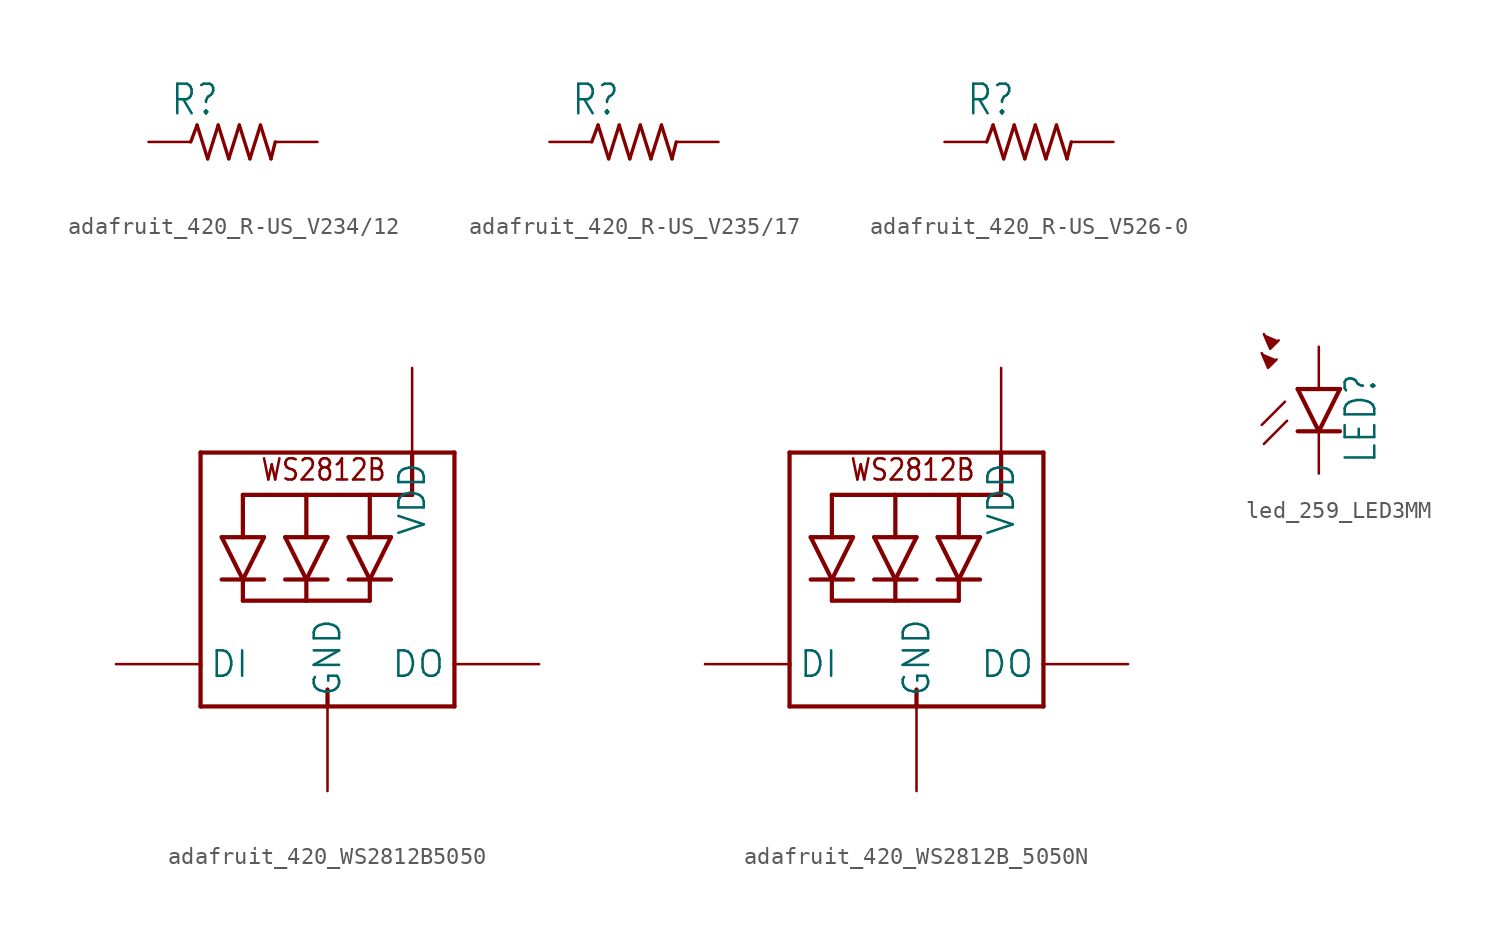
<source format=kicad_sym>
(kicad_symbol_lib
  (version 20241209)
  (generator "kicad_symbol_editor")
  (generator_version "9.0")
  (symbol "adafruit_420_R-US_V234/12"
    (property "Reference" "R"
      (at -3.81 1.499 0)
      (effects (font (size 1.778 1.511)) (justify left bottom)))
    (property "Value" ""
      (at -3.81 -3.302 0)
      (effects (font (size 1.778 1.511)) (justify left bottom)))
    (property "ki_locked" ""
      (at 0 0 0)
      (effects (font (size 1.27 1.27))))
    (symbol "adafruit_420_R-US_V234/12_1_0"
      (polyline (pts (xy -2.54 0) (xy -2.159 1.016)) (stroke (width 0.203) (type solid)) (fill (type none)))
      (polyline (pts (xy -2.159 1.016) (xy -1.524 -1.016)) (stroke (width 0.203) (type solid)) (fill (type none)))
      (polyline (pts (xy -1.524 -1.016) (xy -0.889 1.016)) (stroke (width 0.203) (type solid)) (fill (type none)))
      (polyline (pts (xy -0.889 1.016) (xy -0.254 -1.016)) (stroke (width 0.203) (type solid)) (fill (type none)))
      (polyline (pts (xy -0.254 -1.016) (xy 0.381 1.016)) (stroke (width 0.203) (type solid)) (fill (type none)))
      (polyline (pts (xy 0.381 1.016) (xy 1.016 -1.016)) (stroke (width 0.203) (type solid)) (fill (type none)))
      (polyline (pts (xy 1.016 -1.016) (xy 1.651 1.016)) (stroke (width 0.203) (type solid)) (fill (type none)))
      (polyline (pts (xy 1.651 1.016) (xy 2.286 -1.016)) (stroke (width 0.203) (type solid)) (fill (type none)))
      (polyline (pts (xy 2.286 -1.016) (xy 2.54 0)) (stroke (width 0.203) (type solid)) (fill (type none)))
      (pin passive line (at -5.08 0 0) (length 2.54) (name "1" (effects (font (size 0 0)))) (number "1" (effects (font (size 0 0)))))
      (pin passive line (at 5.08 0 180) (length 2.54) (name "2" (effects (font (size 0 0)))) (number "2" (effects (font (size 0 0)))))))
  (symbol "adafruit_420_R-US_V235/17"
    (property "Reference" "R"
      (at -3.81 1.499 0)
      (effects (font (size 1.778 1.511)) (justify left bottom)))
    (property "Value" ""
      (at -3.81 -3.302 0)
      (effects (font (size 1.778 1.511)) (justify left bottom)))
    (property "ki_locked" ""
      (at 0 0 0)
      (effects (font (size 1.27 1.27))))
    (symbol "adafruit_420_R-US_V235/17_1_0"
      (polyline (pts (xy -2.54 0) (xy -2.159 1.016)) (stroke (width 0.203) (type solid)) (fill (type none)))
      (polyline (pts (xy -2.159 1.016) (xy -1.524 -1.016)) (stroke (width 0.203) (type solid)) (fill (type none)))
      (polyline (pts (xy -1.524 -1.016) (xy -0.889 1.016)) (stroke (width 0.203) (type solid)) (fill (type none)))
      (polyline (pts (xy -0.889 1.016) (xy -0.254 -1.016)) (stroke (width 0.203) (type solid)) (fill (type none)))
      (polyline (pts (xy -0.254 -1.016) (xy 0.381 1.016)) (stroke (width 0.203) (type solid)) (fill (type none)))
      (polyline (pts (xy 0.381 1.016) (xy 1.016 -1.016)) (stroke (width 0.203) (type solid)) (fill (type none)))
      (polyline (pts (xy 1.016 -1.016) (xy 1.651 1.016)) (stroke (width 0.203) (type solid)) (fill (type none)))
      (polyline (pts (xy 1.651 1.016) (xy 2.286 -1.016)) (stroke (width 0.203) (type solid)) (fill (type none)))
      (polyline (pts (xy 2.286 -1.016) (xy 2.54 0)) (stroke (width 0.203) (type solid)) (fill (type none)))
      (pin passive line (at -5.08 0 0) (length 2.54) (name "1" (effects (font (size 0 0)))) (number "1" (effects (font (size 0 0)))))
      (pin passive line (at 5.08 0 180) (length 2.54) (name "2" (effects (font (size 0 0)))) (number "2" (effects (font (size 0 0)))))))
  (symbol "adafruit_420_R-US_V526-0"
    (property "Reference" "R"
      (at -3.81 1.499 0)
      (effects (font (size 1.778 1.511)) (justify left bottom)))
    (property "Value" ""
      (at -3.81 -3.302 0)
      (effects (font (size 1.778 1.511)) (justify left bottom)))
    (property "ki_locked" ""
      (at 0 0 0)
      (effects (font (size 1.27 1.27))))
    (symbol "adafruit_420_R-US_V526-0_1_0"
      (polyline (pts (xy -2.54 0) (xy -2.159 1.016)) (stroke (width 0.203) (type solid)) (fill (type none)))
      (polyline (pts (xy -2.159 1.016) (xy -1.524 -1.016)) (stroke (width 0.203) (type solid)) (fill (type none)))
      (polyline (pts (xy -1.524 -1.016) (xy -0.889 1.016)) (stroke (width 0.203) (type solid)) (fill (type none)))
      (polyline (pts (xy -0.889 1.016) (xy -0.254 -1.016)) (stroke (width 0.203) (type solid)) (fill (type none)))
      (polyline (pts (xy -0.254 -1.016) (xy 0.381 1.016)) (stroke (width 0.203) (type solid)) (fill (type none)))
      (polyline (pts (xy 0.381 1.016) (xy 1.016 -1.016)) (stroke (width 0.203) (type solid)) (fill (type none)))
      (polyline (pts (xy 1.016 -1.016) (xy 1.651 1.016)) (stroke (width 0.203) (type solid)) (fill (type none)))
      (polyline (pts (xy 1.651 1.016) (xy 2.286 -1.016)) (stroke (width 0.203) (type solid)) (fill (type none)))
      (polyline (pts (xy 2.286 -1.016) (xy 2.54 0)) (stroke (width 0.203) (type solid)) (fill (type none)))
      (pin passive line (at -5.08 0 0) (length 2.54) (name "1" (effects (font (size 0 0)))) (number "1" (effects (font (size 0 0)))))
      (pin passive line (at 5.08 0 180) (length 2.54) (name "2" (effects (font (size 0 0)))) (number "2" (effects (font (size 0 0)))))))
  (symbol "adafruit_420_WS2812B5050"
    (property "Reference" "LED"
      (at 0 0 0)
      (effects (font (size 1.27 1.27)) (hide yes)))
    (property "ki_locked" ""
      (at 0 0 0)
      (effects (font (size 1.27 1.27))))
    (symbol "adafruit_420_WS2812B5050_1_0"
      (polyline (pts (xy -7.62 10.16) (xy -7.62 -2.54)) (stroke (width 0.254) (type solid)) (fill (type none)))
      (polyline (pts (xy -7.62 -2.54) (xy -7.62 -5.08)) (stroke (width 0.254) (type solid)) (fill (type none)))
      (polyline (pts (xy -7.62 -5.08) (xy 0 -5.08)) (stroke (width 0.254) (type solid)) (fill (type none)))
      (polyline (pts (xy -6.35 5.08) (xy -5.08 5.08)) (stroke (width 0.254) (type solid)) (fill (type none)))
      (polyline (pts (xy -6.35 2.54) (xy -5.08 2.54)) (stroke (width 0.254) (type solid)) (fill (type none)))
      (polyline (pts (xy -5.08 7.62) (xy -5.08 5.08)) (stroke (width 0.254) (type solid)) (fill (type none)))
      (polyline (pts (xy -5.08 5.08) (xy -3.81 5.08)) (stroke (width 0.254) (type solid)) (fill (type none)))
      (polyline (pts (xy -5.08 2.54) (xy -6.35 5.08)) (stroke (width 0.254) (type solid)) (fill (type none)))
      (polyline (pts (xy -5.08 2.54) (xy -5.08 1.27)) (stroke (width 0.254) (type solid)) (fill (type none)))
      (polyline (pts (xy -5.08 2.54) (xy -3.81 5.08)) (stroke (width 0.254) (type solid)) (fill (type none)))
      (polyline (pts (xy -3.81 2.54) (xy -5.08 2.54)) (stroke (width 0.254) (type solid)) (fill (type none)))
      (polyline (pts (xy -2.54 5.08) (xy 0 5.08)) (stroke (width 0.254) (type solid)) (fill (type none)))
      (polyline (pts (xy -2.54 2.54) (xy -1.27 2.54)) (stroke (width 0.254) (type solid)) (fill (type none)))
      (polyline (pts (xy -1.27 7.62) (xy -5.08 7.62)) (stroke (width 0.254) (type solid)) (fill (type none)))
      (polyline (pts (xy -1.27 5.08) (xy -1.27 7.62)) (stroke (width 0.254) (type solid)) (fill (type none)))
      (polyline (pts (xy -1.27 2.54) (xy -2.54 5.08)) (stroke (width 0.254) (type solid)) (fill (type none)))
      (polyline (pts (xy -1.27 2.54) (xy -1.27 1.27)) (stroke (width 0.254) (type solid)) (fill (type none)))
      (polyline (pts (xy -1.27 2.54) (xy 0 2.54)) (stroke (width 0.254) (type solid)) (fill (type none)))
      (polyline (pts (xy -1.27 1.27) (xy -5.08 1.27)) (stroke (width 0.254) (type solid)) (fill (type none)))
      (polyline (pts (xy 0 5.08) (xy -1.27 2.54)) (stroke (width 0.254) (type solid)) (fill (type none)))
      (polyline (pts (xy 0 -4.064) (xy 0 -5.08)) (stroke (width 0.254) (type solid)) (fill (type none)))
      (polyline (pts (xy 0 -5.08) (xy 7.62 -5.08)) (stroke (width 0.254) (type solid)) (fill (type none)))
      (polyline (pts (xy 1.27 5.08) (xy 2.54 5.08)) (stroke (width 0.254) (type solid)) (fill (type none)))
      (polyline (pts (xy 1.27 5.08) (xy 2.54 2.54)) (stroke (width 0.254) (type solid)) (fill (type none)))
      (polyline (pts (xy 2.54 7.62) (xy -1.27 7.62)) (stroke (width 0.254) (type solid)) (fill (type none)))
      (polyline (pts (xy 2.54 7.62) (xy 5.08 7.62)) (stroke (width 0.254) (type solid)) (fill (type none)))
      (polyline (pts (xy 2.54 5.08) (xy 2.54 7.62)) (stroke (width 0.254) (type solid)) (fill (type none)))
      (polyline (pts (xy 2.54 2.54) (xy 1.27 2.54)) (stroke (width 0.254) (type solid)) (fill (type none)))
      (polyline (pts (xy 2.54 2.54) (xy 2.54 1.27)) (stroke (width 0.254) (type solid)) (fill (type none)))
      (polyline (pts (xy 2.54 2.54) (xy 3.81 5.08)) (stroke (width 0.254) (type solid)) (fill (type none)))
      (polyline (pts (xy 2.54 2.54) (xy 3.81 2.54)) (stroke (width 0.254) (type solid)) (fill (type none)))
      (polyline (pts (xy 2.54 1.27) (xy -1.27 1.27)) (stroke (width 0.254) (type solid)) (fill (type none)))
      (polyline (pts (xy 3.81 5.08) (xy 2.54 5.08)) (stroke (width 0.254) (type solid)) (fill (type none)))
      (polyline (pts (xy 5.08 10.16) (xy -7.62 10.16)) (stroke (width 0.254) (type solid)) (fill (type none)))
      (polyline (pts (xy 5.08 10.16) (xy 5.08 7.62)) (stroke (width 0.254) (type solid)) (fill (type none)))
      (polyline (pts (xy 7.62 10.16) (xy 5.08 10.16)) (stroke (width 0.254) (type solid)) (fill (type none)))
      (polyline (pts (xy 7.62 -2.54) (xy 7.62 10.16)) (stroke (width 0.254) (type solid)) (fill (type none)))
      (polyline (pts (xy 7.62 -5.08) (xy 7.62 -2.54)) (stroke (width 0.254) (type solid)) (fill (type none)))
      (text "WS2812B" (at -4.064 8.382 0) (effects (font (size 1.27 1.079)) (justify left bottom)))
      (pin input line (at -12.7 -2.54 0) (length 5.08) (name "DI" (effects (font (size 1.524 1.524)))) (number "4-DIN" (effects (font (size 0 0)))))
      (pin power_in line (at 0 -10.16 90) (length 5.08) (name "GND" (effects (font (size 1.524 1.524)))) (number "3-GND" (effects (font (size 0 0)))))
      (pin power_in line (at 5.08 15.24 270) (length 5.08) (name "VDD" (effects (font (size 1.524 1.524)))) (number "1-VDD" (effects (font (size 0 0)))))
      (pin output line (at 12.7 -2.54 180) (length 5.08) (name "DO" (effects (font (size 1.524 1.524)))) (number "2-DOUT" (effects (font (size 0 0)))))))
  (symbol "adafruit_420_WS2812B_5050N"
    (property "Reference" "LED"
      (at 0 0 0)
      (effects (font (size 1.27 1.27)) (hide yes)))
    (property "ki_locked" ""
      (at 0 0 0)
      (effects (font (size 1.27 1.27))))
    (symbol "adafruit_420_WS2812B_5050N_1_0"
      (polyline (pts (xy -7.62 10.16) (xy -7.62 -2.54)) (stroke (width 0.254) (type solid)) (fill (type none)))
      (polyline (pts (xy -7.62 -2.54) (xy -7.62 -5.08)) (stroke (width 0.254) (type solid)) (fill (type none)))
      (polyline (pts (xy -7.62 -5.08) (xy 0 -5.08)) (stroke (width 0.254) (type solid)) (fill (type none)))
      (polyline (pts (xy -6.35 5.08) (xy -5.08 5.08)) (stroke (width 0.254) (type solid)) (fill (type none)))
      (polyline (pts (xy -6.35 2.54) (xy -5.08 2.54)) (stroke (width 0.254) (type solid)) (fill (type none)))
      (polyline (pts (xy -5.08 7.62) (xy -5.08 5.08)) (stroke (width 0.254) (type solid)) (fill (type none)))
      (polyline (pts (xy -5.08 5.08) (xy -3.81 5.08)) (stroke (width 0.254) (type solid)) (fill (type none)))
      (polyline (pts (xy -5.08 2.54) (xy -6.35 5.08)) (stroke (width 0.254) (type solid)) (fill (type none)))
      (polyline (pts (xy -5.08 2.54) (xy -5.08 1.27)) (stroke (width 0.254) (type solid)) (fill (type none)))
      (polyline (pts (xy -5.08 2.54) (xy -3.81 5.08)) (stroke (width 0.254) (type solid)) (fill (type none)))
      (polyline (pts (xy -3.81 2.54) (xy -5.08 2.54)) (stroke (width 0.254) (type solid)) (fill (type none)))
      (polyline (pts (xy -2.54 5.08) (xy 0 5.08)) (stroke (width 0.254) (type solid)) (fill (type none)))
      (polyline (pts (xy -2.54 2.54) (xy -1.27 2.54)) (stroke (width 0.254) (type solid)) (fill (type none)))
      (polyline (pts (xy -1.27 7.62) (xy -5.08 7.62)) (stroke (width 0.254) (type solid)) (fill (type none)))
      (polyline (pts (xy -1.27 5.08) (xy -1.27 7.62)) (stroke (width 0.254) (type solid)) (fill (type none)))
      (polyline (pts (xy -1.27 2.54) (xy -2.54 5.08)) (stroke (width 0.254) (type solid)) (fill (type none)))
      (polyline (pts (xy -1.27 2.54) (xy -1.27 1.27)) (stroke (width 0.254) (type solid)) (fill (type none)))
      (polyline (pts (xy -1.27 2.54) (xy 0 2.54)) (stroke (width 0.254) (type solid)) (fill (type none)))
      (polyline (pts (xy -1.27 1.27) (xy -5.08 1.27)) (stroke (width 0.254) (type solid)) (fill (type none)))
      (polyline (pts (xy 0 5.08) (xy -1.27 2.54)) (stroke (width 0.254) (type solid)) (fill (type none)))
      (polyline (pts (xy 0 -4.064) (xy 0 -5.08)) (stroke (width 0.254) (type solid)) (fill (type none)))
      (polyline (pts (xy 0 -5.08) (xy 7.62 -5.08)) (stroke (width 0.254) (type solid)) (fill (type none)))
      (polyline (pts (xy 1.27 5.08) (xy 2.54 5.08)) (stroke (width 0.254) (type solid)) (fill (type none)))
      (polyline (pts (xy 1.27 5.08) (xy 2.54 2.54)) (stroke (width 0.254) (type solid)) (fill (type none)))
      (polyline (pts (xy 2.54 7.62) (xy -1.27 7.62)) (stroke (width 0.254) (type solid)) (fill (type none)))
      (polyline (pts (xy 2.54 7.62) (xy 5.08 7.62)) (stroke (width 0.254) (type solid)) (fill (type none)))
      (polyline (pts (xy 2.54 5.08) (xy 2.54 7.62)) (stroke (width 0.254) (type solid)) (fill (type none)))
      (polyline (pts (xy 2.54 2.54) (xy 1.27 2.54)) (stroke (width 0.254) (type solid)) (fill (type none)))
      (polyline (pts (xy 2.54 2.54) (xy 2.54 1.27)) (stroke (width 0.254) (type solid)) (fill (type none)))
      (polyline (pts (xy 2.54 2.54) (xy 3.81 5.08)) (stroke (width 0.254) (type solid)) (fill (type none)))
      (polyline (pts (xy 2.54 2.54) (xy 3.81 2.54)) (stroke (width 0.254) (type solid)) (fill (type none)))
      (polyline (pts (xy 2.54 1.27) (xy -1.27 1.27)) (stroke (width 0.254) (type solid)) (fill (type none)))
      (polyline (pts (xy 3.81 5.08) (xy 2.54 5.08)) (stroke (width 0.254) (type solid)) (fill (type none)))
      (polyline (pts (xy 5.08 10.16) (xy -7.62 10.16)) (stroke (width 0.254) (type solid)) (fill (type none)))
      (polyline (pts (xy 5.08 10.16) (xy 5.08 7.62)) (stroke (width 0.254) (type solid)) (fill (type none)))
      (polyline (pts (xy 7.62 10.16) (xy 5.08 10.16)) (stroke (width 0.254) (type solid)) (fill (type none)))
      (polyline (pts (xy 7.62 -2.54) (xy 7.62 10.16)) (stroke (width 0.254) (type solid)) (fill (type none)))
      (polyline (pts (xy 7.62 -5.08) (xy 7.62 -2.54)) (stroke (width 0.254) (type solid)) (fill (type none)))
      (text "WS2812B" (at -4.064 8.382 0) (effects (font (size 1.27 1.079)) (justify left bottom)))
      (pin input line (at -12.7 -2.54 0) (length 5.08) (name "DI" (effects (font (size 1.524 1.524)))) (number "4-DIN" (effects (font (size 0 0)))))
      (pin power_in line (at 0 -10.16 90) (length 5.08) (name "GND" (effects (font (size 1.524 1.524)))) (number "3-GND" (effects (font (size 0 0)))))
      (pin power_in line (at 5.08 15.24 270) (length 5.08) (name "VDD" (effects (font (size 1.524 1.524)))) (number "1-VDD" (effects (font (size 0 0)))))
      (pin output line (at 12.7 -2.54 180) (length 5.08) (name "DO" (effects (font (size 1.524 1.524)))) (number "2-DOUT" (effects (font (size 0 0)))))))
  (symbol "led_259_LED3MM"
    (property "Reference" "LED"
      (at 3.556 -4.572 90)
      (effects (font (size 1.778 1.511)) (justify left bottom)))
    (property "Value" ""
      (at 5.715 -4.572 90)
      (effects (font (size 1.778 1.511)) (justify left bottom)))
    (property "ki_locked" ""
      (at 0 0 0)
      (effects (font (size 1.27 1.27))))
    (symbol "led_259_LED3MM_1_0"
      (polyline (pts (xy -3.429 2.159) (xy -3.048 1.27) (xy -2.54 1.778)) (stroke (width 0.152) (type solid)) (fill (type outline)))
      (polyline (pts (xy -3.302 3.302) (xy -2.921 2.413) (xy -2.413 2.921)) (stroke (width 0.152) (type solid)) (fill (type outline)))
      (polyline (pts (xy -2.032 -0.762) (xy -3.429 -2.159)) (stroke (width 0.152) (type solid)) (fill (type none)))
      (polyline (pts (xy -1.905 -1.905) (xy -3.302 -3.302)) (stroke (width 0.152) (type solid)) (fill (type none)))
      (polyline (pts (xy 0 0) (xy -1.27 0)) (stroke (width 0.254) (type solid)) (fill (type none)))
      (polyline (pts (xy 0 -2.54) (xy -1.27 0)) (stroke (width 0.254) (type solid)) (fill (type none)))
      (polyline (pts (xy 0 -2.54) (xy -1.27 -2.54)) (stroke (width 0.254) (type solid)) (fill (type none)))
      (polyline (pts (xy 1.27 0) (xy 0 0)) (stroke (width 0.254) (type solid)) (fill (type none)))
      (polyline (pts (xy 1.27 0) (xy 0 -2.54)) (stroke (width 0.254) (type solid)) (fill (type none)))
      (polyline (pts (xy 1.27 -2.54) (xy 0 -2.54)) (stroke (width 0.254) (type solid)) (fill (type none)))
      (pin passive line (at 0 2.54 270) (length 2.54) (name "A" (effects (font (size 0 0)))) (number "A" (effects (font (size 0 0)))))
      (pin passive line (at 0 -5.08 90) (length 2.54) (name "C" (effects (font (size 0 0)))) (number "K" (effects (font (size 0 0))))))))
</source>
